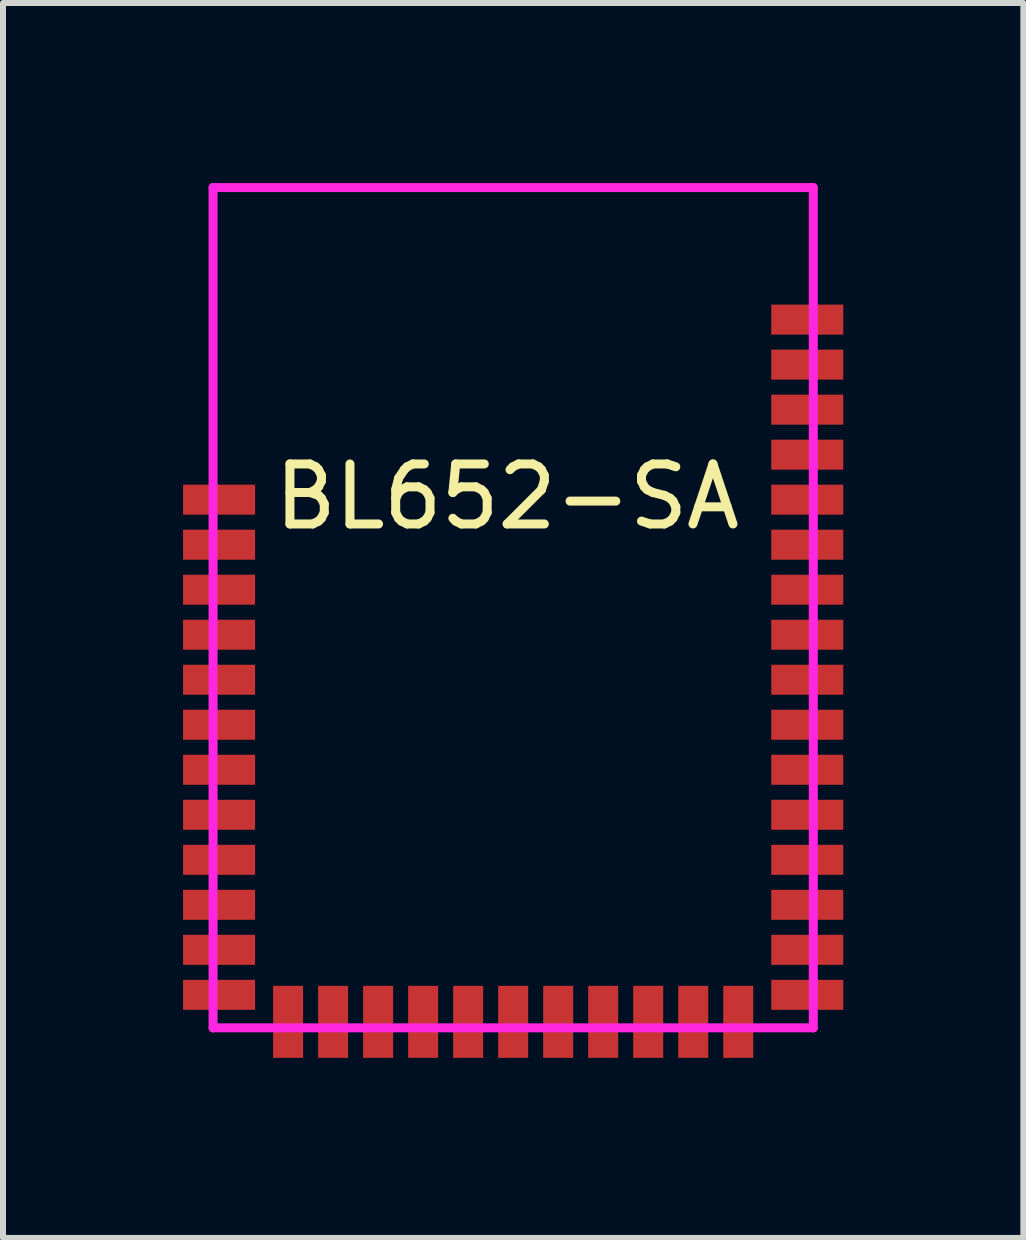
<source format=kicad_pcb>
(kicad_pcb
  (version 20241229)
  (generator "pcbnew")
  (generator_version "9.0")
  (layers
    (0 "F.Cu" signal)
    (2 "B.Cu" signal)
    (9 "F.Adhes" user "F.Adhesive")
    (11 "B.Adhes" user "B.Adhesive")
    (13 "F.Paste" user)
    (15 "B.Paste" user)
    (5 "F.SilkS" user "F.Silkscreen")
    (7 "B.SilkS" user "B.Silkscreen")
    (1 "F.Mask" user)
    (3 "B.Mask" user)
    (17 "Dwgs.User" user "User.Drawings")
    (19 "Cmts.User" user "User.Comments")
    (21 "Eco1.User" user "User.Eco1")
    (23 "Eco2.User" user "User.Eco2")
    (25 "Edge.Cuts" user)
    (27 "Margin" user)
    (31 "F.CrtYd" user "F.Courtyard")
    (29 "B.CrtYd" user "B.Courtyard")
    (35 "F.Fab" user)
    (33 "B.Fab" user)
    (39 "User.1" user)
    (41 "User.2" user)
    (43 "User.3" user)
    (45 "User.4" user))
  (footprint "BL652-SA"
    (layer "F.Cu")
    (at 5.5 6.775)
    (property "Reference" "BL652-SA" (at -0.1 -1.55 0) (layer "F.SilkS") (effects (font (size 1 1) (thickness 0.15))))
    (attr through_hole)
    (fp_line (start -5 7.3) (end -5 -6.7) (stroke (width 0.15) (type solid)) (layer "F.CrtYd"))
    (fp_line (start 5 -6.7) (end -5 -6.7) (stroke (width 0.15) (type solid)) (layer "F.CrtYd"))
    (fp_line (start 5 -6.7) (end 5 7.3) (stroke (width 0.15) (type solid)) (layer "F.CrtYd"))
    (fp_line (start 5 7.3) (end -5 7.3) (stroke (width 0.15) (type solid)) (layer "F.CrtYd"))
    (pad "1" smd rect (at 4.9 -4.5) (size 1.2 0.5) (layers "F.Cu" "F.Mask" "F.Paste"))
    (pad "2" smd rect (at 4.9 -3.75) (size 1.2 0.5) (layers "F.Cu" "F.Mask" "F.Paste"))
    (pad "3" smd rect (at 4.9 -3) (size 1.2 0.5) (layers "F.Cu" "F.Mask" "F.Paste"))
    (pad "4" smd rect (at 4.9 -2.25) (size 1.2 0.5) (layers "F.Cu" "F.Mask" "F.Paste"))
    (pad "5" smd rect (at 4.9 -1.5) (size 1.2 0.5) (layers "F.Cu" "F.Mask" "F.Paste"))
    (pad "6" smd rect (at 4.9 -0.75) (size 1.2 0.5) (layers "F.Cu" "F.Mask" "F.Paste"))
    (pad "7" smd rect (at 4.9 0) (size 1.2 0.5) (layers "F.Cu" "F.Mask" "F.Paste"))
    (pad "8" smd rect (at 4.9 0.75) (size 1.2 0.5) (layers "F.Cu" "F.Mask" "F.Paste"))
    (pad "9" smd rect (at 4.9 1.5) (size 1.2 0.5) (layers "F.Cu" "F.Mask" "F.Paste"))
    (pad "10" smd rect (at 4.9 2.25) (size 1.2 0.5) (layers "F.Cu" "F.Mask" "F.Paste"))
    (pad "11" smd rect (at 4.9 3) (size 1.2 0.5) (layers "F.Cu" "F.Mask" "F.Paste"))
    (pad "12" smd rect (at 4.9 3.75) (size 1.2 0.5) (layers "F.Cu" "F.Mask" "F.Paste"))
    (pad "13" smd rect (at 4.9 4.5) (size 1.2 0.5) (layers "F.Cu" "F.Mask" "F.Paste"))
    (pad "14" smd rect (at 4.9 5.25) (size 1.2 0.5) (layers "F.Cu" "F.Mask" "F.Paste"))
    (pad "15" smd rect (at 4.9 6) (size 1.2 0.5) (layers "F.Cu" "F.Mask" "F.Paste"))
    (pad "16" smd rect (at 4.9 6.75) (size 1.2 0.5) (layers "F.Cu" "F.Mask" "F.Paste"))
    (pad "17" smd rect (at 3.75 7.2 270) (size 1.2 0.5) (layers "F.Cu" "F.Mask" "F.Paste"))
    (pad "18" smd rect (at 3 7.2 270) (size 1.2 0.5) (layers "F.Cu" "F.Mask" "F.Paste"))
    (pad "19" smd rect (at 2.25 7.2 270) (size 1.2 0.5) (layers "F.Cu" "F.Mask" "F.Paste"))
    (pad "20" smd rect (at 1.5 7.2 270) (size 1.2 0.5) (layers "F.Cu" "F.Mask" "F.Paste"))
    (pad "21" smd rect (at 0.75 7.2 270) (size 1.2 0.5) (layers "F.Cu" "F.Mask" "F.Paste"))
    (pad "22" smd rect (at 0 7.2 270) (size 1.2 0.5) (layers "F.Cu" "F.Mask" "F.Paste"))
    (pad "23" smd rect (at -0.75 7.2 270) (size 1.2 0.5) (layers "F.Cu" "F.Mask" "F.Paste"))
    (pad "24" smd rect (at -1.5 7.2 270) (size 1.2 0.5) (layers "F.Cu" "F.Mask" "F.Paste"))
    (pad "25" smd rect (at -2.25 7.2 270) (size 1.2 0.5) (layers "F.Cu" "F.Mask" "F.Paste"))
    (pad "26" smd rect (at -3 7.2 270) (size 1.2 0.5) (layers "F.Cu" "F.Mask" "F.Paste"))
    (pad "27" smd rect (at -3.75 7.2 270) (size 1.2 0.5) (layers "F.Cu" "F.Mask" "F.Paste"))
    (pad "28" smd rect (at -4.9 6.75) (size 1.2 0.5) (layers "F.Cu" "F.Mask" "F.Paste"))
    (pad "29" smd rect (at -4.9 6) (size 1.2 0.5) (layers "F.Cu" "F.Mask" "F.Paste"))
    (pad "30" smd rect (at -4.9 5.25) (size 1.2 0.5) (layers "F.Cu" "F.Mask" "F.Paste"))
    (pad "31" smd rect (at -4.9 4.5) (size 1.2 0.5) (layers "F.Cu" "F.Mask" "F.Paste"))
    (pad "32" smd rect (at -4.9 3.75) (size 1.2 0.5) (layers "F.Cu" "F.Mask" "F.Paste"))
    (pad "33" smd rect (at -4.9 3) (size 1.2 0.5) (layers "F.Cu" "F.Mask" "F.Paste"))
    (pad "34" smd rect (at -4.9 2.25) (size 1.2 0.5) (layers "F.Cu" "F.Mask" "F.Paste"))
    (pad "35" smd rect (at -4.9 1.5) (size 1.2 0.5) (layers "F.Cu" "F.Mask" "F.Paste"))
    (pad "36" smd rect (at -4.9 0.75) (size 1.2 0.5) (layers "F.Cu" "F.Mask" "F.Paste"))
    (pad "37" smd rect (at -4.9 0) (size 1.2 0.5) (layers "F.Cu" "F.Mask" "F.Paste"))
    (pad "38" smd rect (at -4.9 -0.75) (size 1.2 0.5) (layers "F.Cu" "F.Mask" "F.Paste"))
    (pad "39" smd rect (at -4.9 -1.5) (size 1.2 0.5) (layers "F.Cu" "F.Mask" "F.Paste")))
  (gr_rect
    (start -3 -3)
    (end 14 17.575)
    (stroke (width 0.1) (type default))
    (fill no)
    (layer "Edge.Cuts")))
</source>
